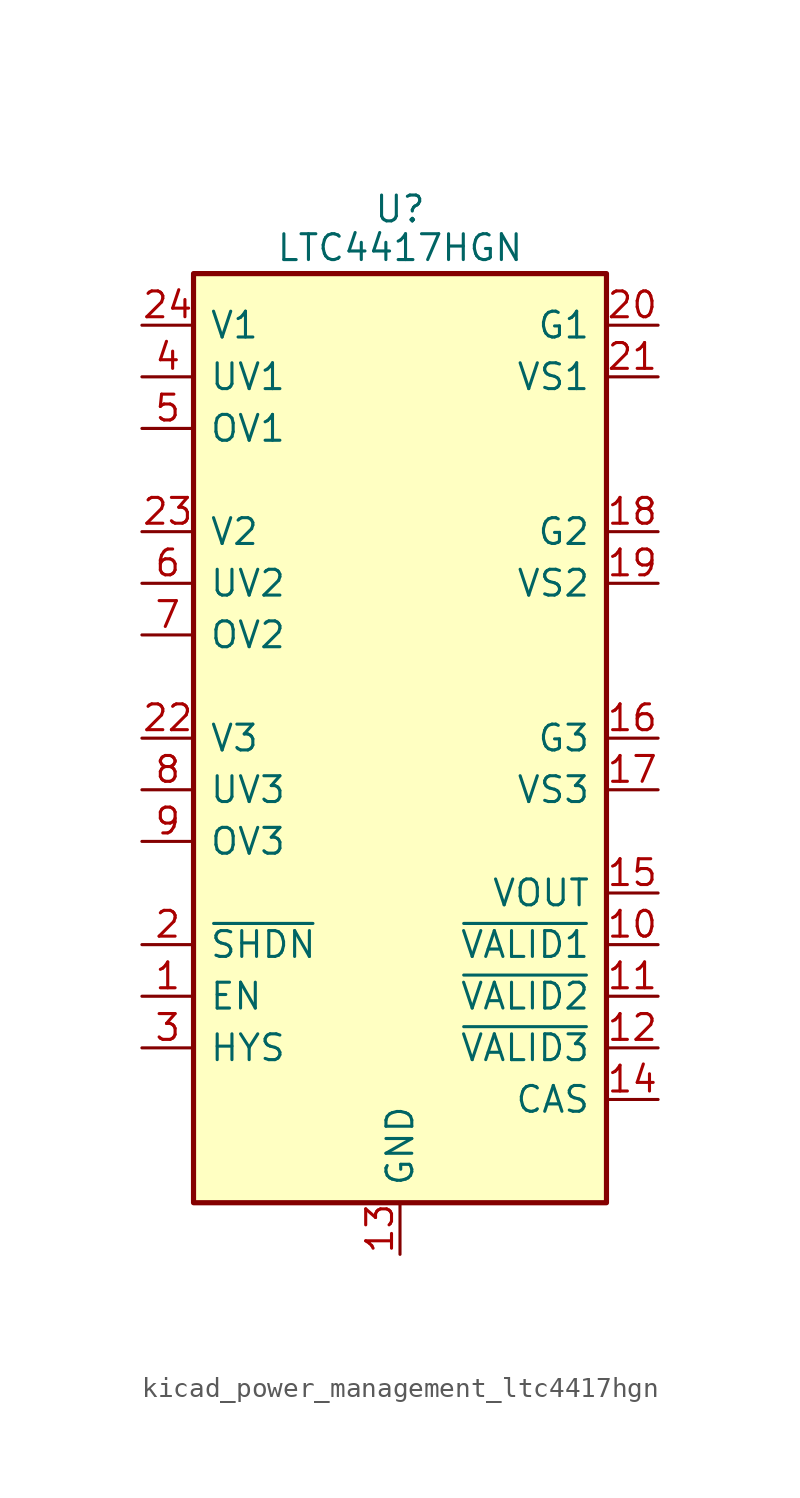
<source format=kicad_sym>
(kicad_symbol_lib
  (version 20220914)
  (generator kicad_symbol_editor)
  (symbol "kicad_power_management_ltc4417hgn"
    (pin_names
      (offset 0.762))
    (property "Reference" "U"
      (at 0 26.035 0)
      (effects (font (size 1.27 1.27))))
    (property "Value" "LTC4417HGN"
      (at 0 24.13 0)
      (effects (font (size 1.27 1.27))))
    (symbol "kicad_power_management_ltc4417hgn_0_1"
      (rectangle (start -10.16 22.86) (end 10.16 -22.86) (stroke (width 0.254) (type default)) (fill (type background))))
    (symbol "kicad_power_management_ltc4417hgn_1_1"
      (pin input line (at -12.7 -12.7 0) (length 2.54) (name "EN" (effects (font (size 1.27 1.27)))) (number "1" (effects (font (size 1.27 1.27)))))
      (pin open_collector line (at 12.7 -10.16 180) (length 2.54) (name "~{VALID1}" (effects (font (size 1.27 1.27)))) (number "10" (effects (font (size 1.27 1.27)))))
      (pin open_collector line (at 12.7 -12.7 180) (length 2.54) (name "~{VALID2}" (effects (font (size 1.27 1.27)))) (number "11" (effects (font (size 1.27 1.27)))))
      (pin open_collector line (at 12.7 -15.24 180) (length 2.54) (name "~{VALID3}" (effects (font (size 1.27 1.27)))) (number "12" (effects (font (size 1.27 1.27)))))
      (pin power_in line (at 0 -25.4 90) (length 2.54) (name "GND" (effects (font (size 1.27 1.27)))) (number "13" (effects (font (size 1.27 1.27)))))
      (pin output line (at 12.7 -17.78 180) (length 2.54) (name "CAS" (effects (font (size 1.27 1.27)))) (number "14" (effects (font (size 1.27 1.27)))))
      (pin output line (at 12.7 -7.62 180) (length 2.54) (name "VOUT" (effects (font (size 1.27 1.27)))) (number "15" (effects (font (size 1.27 1.27)))))
      (pin output line (at 12.7 0 180) (length 2.54) (name "G3" (effects (font (size 1.27 1.27)))) (number "16" (effects (font (size 1.27 1.27)))))
      (pin output line (at 12.7 -2.54 180) (length 2.54) (name "VS3" (effects (font (size 1.27 1.27)))) (number "17" (effects (font (size 1.27 1.27)))))
      (pin output line (at 12.7 10.16 180) (length 2.54) (name "G2" (effects (font (size 1.27 1.27)))) (number "18" (effects (font (size 1.27 1.27)))))
      (pin output line (at 12.7 7.62 180) (length 2.54) (name "VS2" (effects (font (size 1.27 1.27)))) (number "19" (effects (font (size 1.27 1.27)))))
      (pin input line (at -12.7 -10.16 0) (length 2.54) (name "~{SHDN}" (effects (font (size 1.27 1.27)))) (number "2" (effects (font (size 1.27 1.27)))))
      (pin output line (at 12.7 20.32 180) (length 2.54) (name "G1" (effects (font (size 1.27 1.27)))) (number "20" (effects (font (size 1.27 1.27)))))
      (pin output line (at 12.7 17.78 180) (length 2.54) (name "VS1" (effects (font (size 1.27 1.27)))) (number "21" (effects (font (size 1.27 1.27)))))
      (pin input line (at -12.7 0 0) (length 2.54) (name "V3" (effects (font (size 1.27 1.27)))) (number "22" (effects (font (size 1.27 1.27)))))
      (pin input line (at -12.7 10.16 0) (length 2.54) (name "V2" (effects (font (size 1.27 1.27)))) (number "23" (effects (font (size 1.27 1.27)))))
      (pin input line (at -12.7 20.32 0) (length 2.54) (name "V1" (effects (font (size 1.27 1.27)))) (number "24" (effects (font (size 1.27 1.27)))))
      (pin input line (at -12.7 -15.24 0) (length 2.54) (name "HYS" (effects (font (size 1.27 1.27)))) (number "3" (effects (font (size 1.27 1.27)))))
      (pin input line (at -12.7 17.78 0) (length 2.54) (name "UV1" (effects (font (size 1.27 1.27)))) (number "4" (effects (font (size 1.27 1.27)))))
      (pin input line (at -12.7 15.24 0) (length 2.54) (name "OV1" (effects (font (size 1.27 1.27)))) (number "5" (effects (font (size 1.27 1.27)))))
      (pin input line (at -12.7 7.62 0) (length 2.54) (name "UV2" (effects (font (size 1.27 1.27)))) (number "6" (effects (font (size 1.27 1.27)))))
      (pin input line (at -12.7 5.08 0) (length 2.54) (name "OV2" (effects (font (size 1.27 1.27)))) (number "7" (effects (font (size 1.27 1.27)))))
      (pin input line (at -12.7 -2.54 0) (length 2.54) (name "UV3" (effects (font (size 1.27 1.27)))) (number "8" (effects (font (size 1.27 1.27)))))
      (pin input line (at -12.7 -5.08 0) (length 2.54) (name "OV3" (effects (font (size 1.27 1.27)))) (number "9" (effects (font (size 1.27 1.27))))))))
</source>
